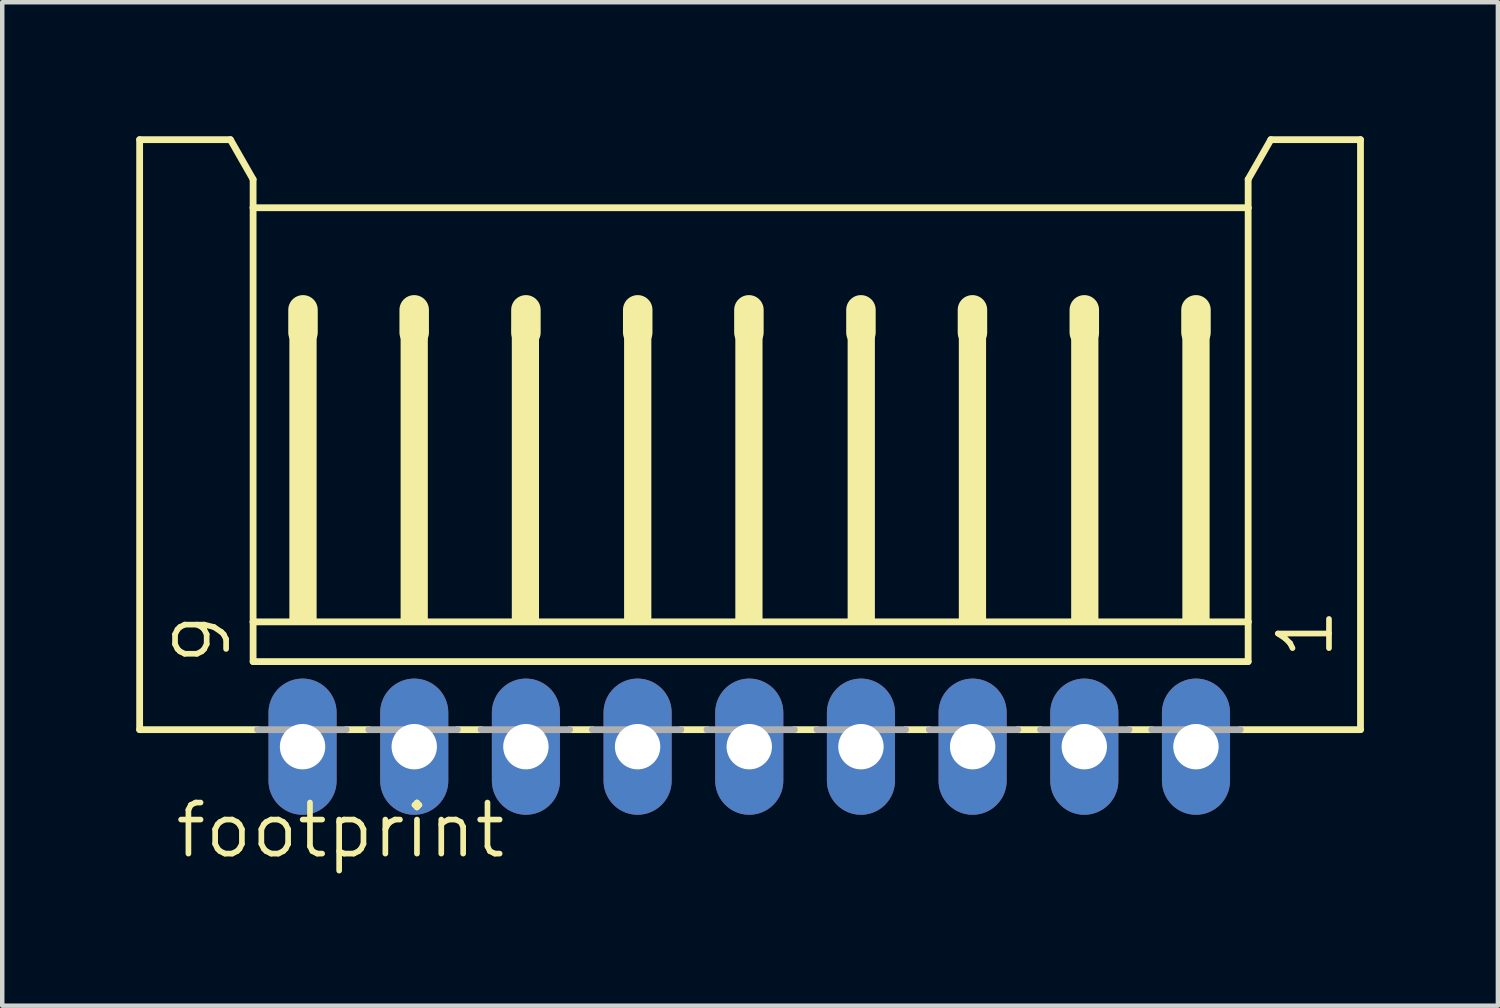
<source format=kicad_pcb>
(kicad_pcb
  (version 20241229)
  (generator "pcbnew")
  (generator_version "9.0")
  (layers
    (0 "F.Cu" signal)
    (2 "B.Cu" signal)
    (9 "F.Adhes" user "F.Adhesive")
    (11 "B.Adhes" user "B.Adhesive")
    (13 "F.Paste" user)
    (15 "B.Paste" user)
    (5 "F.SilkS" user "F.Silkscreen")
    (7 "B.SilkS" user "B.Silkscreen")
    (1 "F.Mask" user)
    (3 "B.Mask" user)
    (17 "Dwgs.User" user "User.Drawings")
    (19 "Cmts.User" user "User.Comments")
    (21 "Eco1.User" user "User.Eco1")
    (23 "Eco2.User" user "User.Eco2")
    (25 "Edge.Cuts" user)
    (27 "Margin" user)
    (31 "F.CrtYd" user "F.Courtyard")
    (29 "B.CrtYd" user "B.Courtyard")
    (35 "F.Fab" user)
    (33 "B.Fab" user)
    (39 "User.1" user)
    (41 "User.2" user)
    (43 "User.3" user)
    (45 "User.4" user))
  (footprint "footprint"
    (layer "F.Cu")
    (at 13.723 7.415)
    (property "Reference" "footprint" (at -12.911 8.79 0) (layer "F.SilkS") (effects (font (size 1.143 1.143) (thickness 0.127)) (justify left bottom)))
    (fp_line (start -13.647 -7.339) (end -11.615 -7.339) (stroke (width 0.152) (type solid)) (layer "F.SilkS"))
    (fp_line (start -13.647 5.869) (end -13.647 -7.339) (stroke (width 0.152) (type solid)) (layer "F.SilkS"))
    (fp_line (start -11.615 -7.339) (end -11.107 -6.45) (stroke (width 0.152) (type solid)) (layer "F.SilkS"))
    (fp_line (start -11.107 -6.45) (end -11.107 -5.815) (stroke (width 0.152) (type solid)) (layer "F.SilkS"))
    (fp_line (start -11.107 -5.815) (end -11.107 3.456) (stroke (width 0.152) (type solid)) (layer "F.SilkS"))
    (fp_line (start -11.107 3.456) (end -11.107 4.345) (stroke (width 0.152) (type solid)) (layer "F.SilkS"))
    (fp_line (start -11.006 5.869) (end -13.647 5.869) (stroke (width 0.152) (type solid)) (layer "F.SilkS"))
    (fp_line (start -9.99 -3.529) (end -9.99 -3.021) (stroke (width 0.66) (type solid)) (layer "F.SilkS"))
    (fp_line (start -8.517 5.869) (end -9.025 5.869) (stroke (width 0.152) (type solid)) (layer "F.SilkS"))
    (fp_line (start -7.501 -3.529) (end -7.501 -3.021) (stroke (width 0.66) (type solid)) (layer "F.SilkS"))
    (fp_line (start -6.002 5.869) (end -6.535 5.869) (stroke (width 0.152) (type solid)) (layer "F.SilkS"))
    (fp_line (start -5 -3.529) (end -5 -3.021) (stroke (width 0.66) (type solid)) (layer "F.SilkS"))
    (fp_line (start -3.513 5.869) (end -4.021 5.869) (stroke (width 0.152) (type solid)) (layer "F.SilkS"))
    (fp_line (start -2.497 -3.529) (end -2.497 -3.021) (stroke (width 0.66) (type solid)) (layer "F.SilkS"))
    (fp_line (start -0.947 5.869) (end -1.532 5.869) (stroke (width 0.152) (type solid)) (layer "F.SilkS"))
    (fp_line (start -0.008 -3.529) (end -0.008 -3.021) (stroke (width 0.66) (type solid)) (layer "F.SilkS"))
    (fp_line (start 1.516 5.869) (end 1.008 5.869) (stroke (width 0.152) (type solid)) (layer "F.SilkS"))
    (fp_line (start 2.5 -3.529) (end 2.5 -3.021) (stroke (width 0.66) (type solid)) (layer "F.SilkS"))
    (fp_line (start 4.031 5.869) (end 3.498 5.869) (stroke (width 0.152) (type solid)) (layer "F.SilkS"))
    (fp_line (start 4.996 -3.529) (end 4.996 -3.021) (stroke (width 0.66) (type solid)) (layer "F.SilkS"))
    (fp_line (start 6.52 5.869) (end 6.012 5.869) (stroke (width 0.152) (type solid)) (layer "F.SilkS"))
    (fp_line (start 7.5 -3.529) (end 7.5 -3.021) (stroke (width 0.66) (type solid)) (layer "F.SilkS"))
    (fp_line (start 9.009 5.869) (end 8.501 5.869) (stroke (width 0.152) (type solid)) (layer "F.SilkS"))
    (fp_line (start 10 -3.529) (end 10 -3.021) (stroke (width 0.66) (type solid)) (layer "F.SilkS"))
    (fp_line (start 11.168 -6.45) (end 11.168 -5.815) (stroke (width 0.152) (type solid)) (layer "F.SilkS"))
    (fp_line (start 11.168 -6.45) (end 11.676 -7.339) (stroke (width 0.152) (type solid)) (layer "F.SilkS"))
    (fp_line (start 11.168 -5.815) (end -11.107 -5.815) (stroke (width 0.152) (type solid)) (layer "F.SilkS"))
    (fp_line (start 11.168 -5.815) (end 11.168 3.456) (stroke (width 0.152) (type solid)) (layer "F.SilkS"))
    (fp_line (start 11.168 3.456) (end -11.107 3.456) (stroke (width 0.152) (type solid)) (layer "F.SilkS"))
    (fp_line (start 11.168 3.456) (end 11.168 4.345) (stroke (width 0.152) (type solid)) (layer "F.SilkS"))
    (fp_line (start 11.168 4.345) (end -11.107 4.345) (stroke (width 0.152) (type solid)) (layer "F.SilkS"))
    (fp_line (start 13.683 -7.339) (end 11.676 -7.339) (stroke (width 0.152) (type solid)) (layer "F.SilkS"))
    (fp_line (start 13.683 5.869) (end 10.991 5.869) (stroke (width 0.152) (type solid)) (layer "F.SilkS"))
    (fp_line (start 13.683 5.869) (end 13.683 -7.339) (stroke (width 0.152) (type solid)) (layer "F.SilkS"))
    (fp_poly (pts (xy -10.295 3.456) (xy -9.685 3.456) (xy -9.685 -3.148) (xy -10.295 -3.148)) (stroke (width 0) (type solid)) (fill yes) (layer "F.SilkS"))
    (fp_poly (pts (xy -7.805 3.456) (xy -7.196 3.456) (xy -7.196 -3.148) (xy -7.805 -3.148)) (stroke (width 0) (type solid)) (fill yes) (layer "F.SilkS"))
    (fp_poly (pts (xy -5.316 3.456) (xy -4.707 3.456) (xy -4.707 -3.148) (xy -5.316 -3.148)) (stroke (width 0) (type solid)) (fill yes) (layer "F.SilkS"))
    (fp_poly (pts (xy -2.802 3.456) (xy -2.192 3.456) (xy -2.192 -3.148) (xy -2.802 -3.148)) (stroke (width 0) (type solid)) (fill yes) (layer "F.SilkS"))
    (fp_poly (pts (xy -0.312 3.456) (xy 0.297 3.456) (xy 0.297 -3.148) (xy -0.312 -3.148)) (stroke (width 0) (type solid)) (fill yes) (layer "F.SilkS"))
    (fp_poly (pts (xy 2.202 3.456) (xy 2.812 3.456) (xy 2.812 -3.148) (xy 2.202 -3.148)) (stroke (width 0) (type solid)) (fill yes) (layer "F.SilkS"))
    (fp_poly (pts (xy 4.691 3.456) (xy 5.301 3.456) (xy 5.301 -3.148) (xy 4.691 -3.148)) (stroke (width 0) (type solid)) (fill yes) (layer "F.SilkS"))
    (fp_poly (pts (xy 7.206 3.456) (xy 7.816 3.456) (xy 7.816 -3.148) (xy 7.206 -3.148)) (stroke (width 0) (type solid)) (fill yes) (layer "F.SilkS"))
    (fp_poly (pts (xy 9.695 3.456) (xy 10.305 3.456) (xy 10.305 -3.148) (xy 9.695 -3.148)) (stroke (width 0) (type solid)) (fill yes) (layer "F.SilkS"))
    (fp_line (start -11.006 5.869) (end -9.025 5.869) (stroke (width 0.152) (type solid)) (layer "F.Fab"))
    (fp_line (start -8.517 5.869) (end -6.535 5.869) (stroke (width 0.152) (type solid)) (layer "F.Fab"))
    (fp_line (start -6.002 5.869) (end -4.021 5.869) (stroke (width 0.152) (type solid)) (layer "F.Fab"))
    (fp_line (start -3.513 5.869) (end -1.532 5.869) (stroke (width 0.152) (type solid)) (layer "F.Fab"))
    (fp_line (start -0.947 5.869) (end 1.008 5.869) (stroke (width 0.152) (type solid)) (layer "F.Fab"))
    (fp_line (start 1.516 5.869) (end 3.498 5.869) (stroke (width 0.152) (type solid)) (layer "F.Fab"))
    (fp_line (start 4.031 5.869) (end 6.012 5.869) (stroke (width 0.152) (type solid)) (layer "F.Fab"))
    (fp_line (start 6.52 5.869) (end 8.501 5.869) (stroke (width 0.152) (type solid)) (layer "F.Fab"))
    (fp_line (start 9.009 5.869) (end 10.991 5.869) (stroke (width 0.152) (type solid)) (layer "F.Fab"))
    (fp_poly (pts (xy -10.295 6.504) (xy -9.685 6.504) (xy -9.685 5.869) (xy -10.295 5.869)) (stroke (width 0.1) (type solid)) (fill no) (layer "F.Fab"))
    (fp_poly (pts (xy -7.805 6.504) (xy -7.196 6.504) (xy -7.196 5.869) (xy -7.805 5.869)) (stroke (width 0.1) (type solid)) (fill no) (layer "F.Fab"))
    (fp_poly (pts (xy -5.316 6.504) (xy -4.707 6.504) (xy -4.707 5.869) (xy -5.316 5.869)) (stroke (width 0.1) (type solid)) (fill no) (layer "F.Fab"))
    (fp_poly (pts (xy -2.802 6.504) (xy -2.192 6.504) (xy -2.192 5.869) (xy -2.802 5.869)) (stroke (width 0.1) (type solid)) (fill no) (layer "F.Fab"))
    (fp_poly (pts (xy -0.312 6.504) (xy 0.297 6.504) (xy 0.297 5.869) (xy -0.312 5.869)) (stroke (width 0.1) (type solid)) (fill no) (layer "F.Fab"))
    (fp_poly (pts (xy 2.202 6.504) (xy 2.812 6.504) (xy 2.812 5.869) (xy 2.202 5.869)) (stroke (width 0.1) (type solid)) (fill no) (layer "F.Fab"))
    (fp_poly (pts (xy 4.691 6.504) (xy 5.301 6.504) (xy 5.301 5.869) (xy 4.691 5.869)) (stroke (width 0.1) (type solid)) (fill no) (layer "F.Fab"))
    (fp_poly (pts (xy 7.206 6.504) (xy 7.816 6.504) (xy 7.816 5.869) (xy 7.206 5.869)) (stroke (width 0.1) (type solid)) (fill no) (layer "F.Fab"))
    (fp_poly (pts (xy 9.695 6.504) (xy 10.305 6.504) (xy 10.305 5.869) (xy 9.695 5.869)) (stroke (width 0.1) (type solid)) (fill no) (layer "F.Fab"))
    (fp_text user "9" (at -11.565 4.472 90) (layer "F.SilkS") (effects (font (size 1.143 1.143) (thickness 0.127)) (justify left bottom)))
    (fp_text user "1" (at 13.124 4.345 90) (layer "F.SilkS") (effects (font (size 1.143 1.143) (thickness 0.127)) (justify left bottom)))
    (pad "1" thru_hole oval (at 10 6.25 90) (size 3.048 1.524) (drill 1.016) (layers "*.Cu" "*.Mask"))
    (pad "2" thru_hole oval (at 7.5 6.25 90) (size 3.048 1.524) (drill 1.016) (layers "*.Cu" "*.Mask"))
    (pad "3" thru_hole oval (at 5 6.25 90) (size 3.048 1.524) (drill 1.016) (layers "*.Cu" "*.Mask"))
    (pad "4" thru_hole oval (at 2.5 6.25 90) (size 3.048 1.524) (drill 1.016) (layers "*.Cu" "*.Mask"))
    (pad "5" thru_hole oval (at 0 6.25 90) (size 3.048 1.524) (drill 1.016) (layers "*.Cu" "*.Mask"))
    (pad "6" thru_hole oval (at -2.5 6.25 90) (size 3.048 1.524) (drill 1.016) (layers "*.Cu" "*.Mask"))
    (pad "7" thru_hole oval (at -5 6.25 90) (size 3.048 1.524) (drill 1.016) (layers "*.Cu" "*.Mask"))
    (pad "8" thru_hole oval (at -7.5 6.25 90) (size 3.048 1.524) (drill 1.016) (layers "*.Cu" "*.Mask"))
    (pad "9" thru_hole oval (at -10 6.25 90) (size 3.048 1.524) (drill 1.016) (layers "*.Cu" "*.Mask")))
  (gr_rect
    (start -3 -3)
    (end 30.482 19.464)
    (stroke (width 0.1) (type default))
    (fill no)
    (layer "Edge.Cuts")))
</source>
